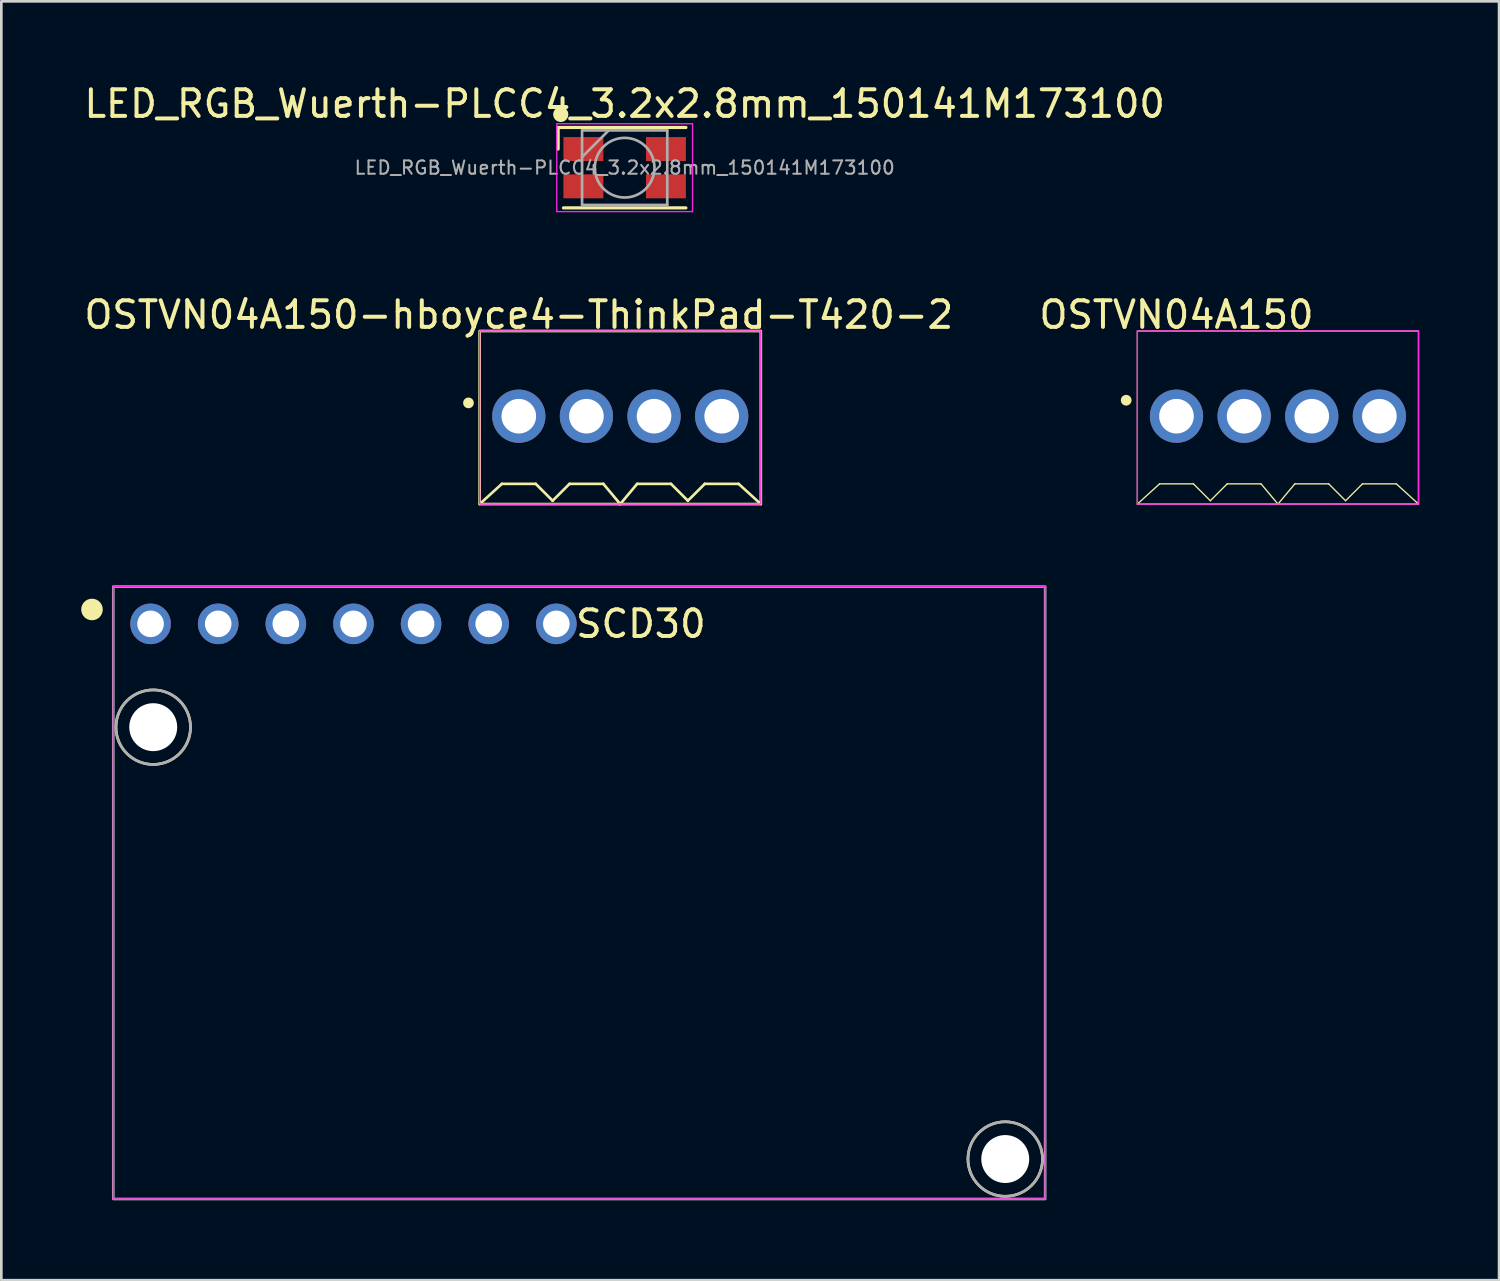
<source format=kicad_pcb>
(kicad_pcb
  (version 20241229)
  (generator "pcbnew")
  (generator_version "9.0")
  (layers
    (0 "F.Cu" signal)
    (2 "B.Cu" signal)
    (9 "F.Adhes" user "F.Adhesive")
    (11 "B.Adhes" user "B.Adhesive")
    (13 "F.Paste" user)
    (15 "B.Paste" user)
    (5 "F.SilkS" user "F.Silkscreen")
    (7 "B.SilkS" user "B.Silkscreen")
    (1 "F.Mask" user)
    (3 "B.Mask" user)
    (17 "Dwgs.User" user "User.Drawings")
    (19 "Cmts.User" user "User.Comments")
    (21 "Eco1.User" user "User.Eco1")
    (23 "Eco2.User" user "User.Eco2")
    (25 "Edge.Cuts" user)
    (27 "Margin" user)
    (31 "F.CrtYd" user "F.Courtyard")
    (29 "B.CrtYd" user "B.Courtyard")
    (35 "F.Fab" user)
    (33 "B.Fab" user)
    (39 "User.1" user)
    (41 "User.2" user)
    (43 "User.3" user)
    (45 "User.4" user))
  (footprint "SCD30"
    (layer "F.Cu")
    (at 2.605 20.381)
    (property "Reference" "SCD30" (at 18.415 0 0) (unlocked yes) (layer "F.SilkS") (effects (font (size 1 1) (thickness 0.15))))
    (attr through_hole)
    (fp_circle (center -2.2 -0.54) (end -1.92 -0.54) (stroke (width 0.25) (type solid)) (fill yes) (layer "F.SilkS"))
    (fp_circle (center 0.1 3.88) (end 1.5 3.88) (stroke (width 0.1) (type solid)) (fill no) (layer "F.SilkS"))
    (fp_circle (center 32.1 20.1) (end 33.5 20.1) (stroke (width 0.1) (type solid)) (fill no) (layer "F.SilkS"))
    (fp_rect (start -1.4 -1.4) (end 33.6 21.6) (stroke (width 0.05) (type solid)) (fill no) (layer "F.CrtYd"))
    (fp_rect (start -1.4 -1.4) (end 33.6 21.6) (stroke (width 0.1) (type solid)) (fill no) (layer "F.Fab"))
    (fp_circle (center 0.1 3.88) (end 1.5 3.88) (stroke (width 0.1) (type solid)) (fill no) (layer "F.Fab"))
    (fp_circle (center 32.1 20.1) (end 33.5 20.1) (stroke (width 0.1) (type solid)) (fill no) (layer "F.Fab"))
    (pad "" np_thru_hole circle (at 0.1 3.88) (size 1.8 1.8) (drill 1.8) (layers "*.Cu" "*.Mask"))
    (pad "" np_thru_hole circle (at 32.1 20.1) (size 1.8 1.8) (drill 1.8) (layers "*.Cu" "*.Mask"))
    (pad "1" thru_hole circle (at 0 0) (size 1.524 1.524) (drill 1) (layers "*.Cu" "*.Mask"))
    (pad "2" thru_hole circle (at 2.54 0) (size 1.524 1.524) (drill 1) (layers "*.Cu" "*.Mask"))
    (pad "3" thru_hole circle (at 5.08 0) (size 1.524 1.524) (drill 1) (layers "*.Cu" "*.Mask"))
    (pad "4" thru_hole circle (at 7.62 0) (size 1.524 1.524) (drill 1) (layers "*.Cu" "*.Mask"))
    (pad "5" thru_hole circle (at 10.16 0) (size 1.524 1.524) (drill 1) (layers "*.Cu" "*.Mask"))
    (pad "6" thru_hole circle (at 12.7 0) (size 1.524 1.524) (drill 1) (layers "*.Cu" "*.Mask"))
    (pad "7" thru_hole circle (at 15.24 0) (size 1.524 1.524) (drill 1) (layers "*.Cu" "*.Mask")))
  (footprint "LED_RGB_Wuerth-PLCC4_3.2x2.8mm_150141M173100"
    (layer "F.Cu")
    (at 20.411 3.248)
    (property "Reference" "LED_RGB_Wuerth-PLCC4_3.2x2.8mm_150141M173100" (at 0 -2.4 0) (layer "F.SilkS") (effects (font (size 1 1) (thickness 0.15))))
    (attr smd)
    (fp_line (start -2.5 -1.51) (end 2.3 -1.51) (stroke (width 0.12) (type solid)) (layer "F.SilkS"))
    (fp_line (start -2.5 -0.7) (end -2.5 -1.51) (stroke (width 0.12) (type solid)) (layer "F.SilkS"))
    (fp_line (start -2.3 1.51) (end 2.3 1.51) (stroke (width 0.12) (type solid)) (layer "F.SilkS"))
    (fp_circle (center -2.4 -2) (end -2.176 -2) (stroke (width 0.12) (type solid)) (fill yes) (layer "F.SilkS"))
    (fp_line (start -2.55 -1.65) (end -2.55 1.65) (stroke (width 0.05) (type solid)) (layer "F.CrtYd"))
    (fp_line (start -2.55 1.65) (end 2.55 1.65) (stroke (width 0.05) (type solid)) (layer "F.CrtYd"))
    (fp_line (start 2.55 -1.65) (end -2.55 -1.65) (stroke (width 0.05) (type solid)) (layer "F.CrtYd"))
    (fp_line (start 2.55 1.65) (end 2.55 -1.65) (stroke (width 0.05) (type solid)) (layer "F.CrtYd"))
    (fp_line (start -1.6 -1.4) (end -1.6 1.4) (stroke (width 0.1) (type solid)) (layer "F.Fab"))
    (fp_line (start -1.6 1.4) (end 1.6 1.4) (stroke (width 0.1) (type solid)) (layer "F.Fab"))
    (fp_line (start -0.6 -1.4) (end -1.6 -0.4) (stroke (width 0.1) (type solid)) (layer "F.Fab"))
    (fp_line (start 1.6 -1.4) (end -1.6 -1.4) (stroke (width 0.1) (type solid)) (layer "F.Fab"))
    (fp_line (start 1.6 1.4) (end 1.6 -1.4) (stroke (width 0.1) (type solid)) (layer "F.Fab"))
    (fp_circle (center 0 0) (end 1.12 0) (stroke (width 0.1) (type solid)) (fill no) (layer "F.Fab"))
    (fp_text user "${REFERENCE}" (at 0 0 0) (layer "F.Fab") (effects (font (size 0.5 0.5) (thickness 0.075))))
    (pad "1" smd rect (at 1.55 -0.7) (size 1.5 0.9) (layers "F.Cu" "F.Mask" "F.Paste"))
    (pad "2" smd rect (at 1.55 0.7) (size 1.5 0.9) (layers "F.Cu" "F.Mask" "F.Paste"))
    (pad "3" smd rect (at -1.55 -0.7) (size 1.5 0.9) (layers "F.Cu" "F.Mask" "F.Paste"))
    (pad "4" smd rect (at -1.55 0.7) (size 1.5 0.9) (layers "F.Cu" "F.Mask" "F.Paste")))
  (footprint "OSTVN04A150-hboyce4-ThinkPad-T420-2"
    (layer "F.Cu")
    (at 20.245 12.582)
    (property "Reference" "OSTVN04A150-hboyce4-ThinkPad-T420-2" (at -3.81 -3.81 0) (unlocked yes) (layer "F.SilkS") (effects (font (size 1 1) (thickness 0.15))))
    (attr through_hole)
    (fp_line (start -5.28 3.3) (end -4.445 2.54) (stroke (width 0.1) (type solid)) (layer "F.SilkS"))
    (fp_line (start -4.445 2.54) (end -3.175 2.54) (stroke (width 0.1) (type solid)) (layer "F.SilkS"))
    (fp_line (start -3.175 2.54) (end -2.54 3.175) (stroke (width 0.1) (type solid)) (layer "F.SilkS"))
    (fp_line (start -2.54 3.175) (end -1.905 2.54) (stroke (width 0.1) (type solid)) (layer "F.SilkS"))
    (fp_line (start -1.905 2.54) (end -0.635 2.54) (stroke (width 0.1) (type solid)) (layer "F.SilkS"))
    (fp_line (start -0.635 2.54) (end 0 3.3) (stroke (width 0.1) (type solid)) (layer "F.SilkS"))
    (fp_line (start 0 3.3) (end 0.635 2.54) (stroke (width 0.1) (type solid)) (layer "F.SilkS"))
    (fp_line (start 0.635 2.54) (end 1.905 2.54) (stroke (width 0.1) (type solid)) (layer "F.SilkS"))
    (fp_line (start 1.905 2.54) (end 2.54 3.175) (stroke (width 0.1) (type solid)) (layer "F.SilkS"))
    (fp_line (start 2.54 3.175) (end 3.175 2.54) (stroke (width 0.1) (type solid)) (layer "F.SilkS"))
    (fp_line (start 3.175 2.54) (end 4.445 2.54) (stroke (width 0.1) (type solid)) (layer "F.SilkS"))
    (fp_line (start 4.445 2.54) (end 5.28 3.3) (stroke (width 0.1) (type solid)) (layer "F.SilkS"))
    (fp_rect (start -5.28 -3.2) (end 5.28 3.3) (stroke (width 0.1) (type solid)) (fill no) (layer "F.SilkS"))
    (fp_circle (center -5.7 -0.5) (end -5.559 -0.5) (stroke (width 0.12) (type solid)) (fill yes) (layer "F.SilkS"))
    (fp_rect (start -5.28 -3.2) (end 5.28 3.3) (stroke (width 0.05) (type solid)) (fill no) (layer "F.CrtYd"))
    (pad "1" thru_hole circle (at -3.81 0) (size 2 2) (drill 1.3) (layers "*.Cu" "*.Mask"))
    (pad "2" thru_hole circle (at -1.27 0) (size 2 2) (drill 1.3) (layers "*.Cu" "*.Mask"))
    (pad "3" thru_hole circle (at 1.27 0) (size 2 2) (drill 1.3) (layers "*.Cu" "*.Mask"))
    (pad "4" thru_hole circle (at 3.81 0) (size 2 2) (drill 1.3) (layers "*.Cu" "*.Mask")))
  (footprint "OSTVN04A150"
    (layer "F.Cu")
    (at 44.947 12.582)
    (property "Reference" "OSTVN04A150" (at -3.81 -3.81 0) (unlocked yes) (layer "F.SilkS") (effects (font (size 1 1) (thickness 0.15))))
    (attr through_hole)
    (fp_line (start -5.28 3.3) (end -4.445 2.54) (stroke (width 0.05) (type solid)) (layer "F.SilkS"))
    (fp_line (start -4.445 2.54) (end -3.175 2.54) (stroke (width 0.05) (type solid)) (layer "F.SilkS"))
    (fp_line (start -3.175 2.54) (end -2.54 3.175) (stroke (width 0.05) (type solid)) (layer "F.SilkS"))
    (fp_line (start -2.54 3.175) (end -1.905 2.54) (stroke (width 0.05) (type solid)) (layer "F.SilkS"))
    (fp_line (start -1.905 2.54) (end -0.635 2.54) (stroke (width 0.05) (type solid)) (layer "F.SilkS"))
    (fp_line (start -0.635 2.54) (end 0 3.3) (stroke (width 0.05) (type solid)) (layer "F.SilkS"))
    (fp_line (start 0 3.3) (end 0.635 2.54) (stroke (width 0.05) (type solid)) (layer "F.SilkS"))
    (fp_line (start 0.635 2.54) (end 1.905 2.54) (stroke (width 0.05) (type solid)) (layer "F.SilkS"))
    (fp_line (start 1.905 2.54) (end 2.54 3.175) (stroke (width 0.05) (type solid)) (layer "F.SilkS"))
    (fp_line (start 2.54 3.175) (end 3.175 2.54) (stroke (width 0.05) (type solid)) (layer "F.SilkS"))
    (fp_line (start 3.175 2.54) (end 4.445 2.54) (stroke (width 0.05) (type solid)) (layer "F.SilkS"))
    (fp_line (start 4.445 2.54) (end 5.28 3.3) (stroke (width 0.05) (type solid)) (layer "F.SilkS"))
    (fp_rect (start -5.28 -3.2) (end 5.28 3.3) (stroke (width 0.05) (type solid)) (fill no) (layer "F.SilkS"))
    (fp_circle (center -5.7 -0.6) (end -5.559 -0.6) (stroke (width 0.12) (type solid)) (fill yes) (layer "F.SilkS"))
    (fp_rect (start -5.28 -3.2) (end 5.28 3.3) (stroke (width 0.05) (type solid)) (fill no) (layer "F.CrtYd"))
    (pad "1" thru_hole circle (at -3.81 0) (size 2 2) (drill 1.3) (layers "*.Cu" "*.Mask"))
    (pad "2" thru_hole circle (at -1.27 0) (size 2 2) (drill 1.3) (layers "*.Cu" "*.Mask"))
    (pad "3" thru_hole circle (at 1.27 0) (size 2 2) (drill 1.3) (layers "*.Cu" "*.Mask"))
    (pad "4" thru_hole circle (at 3.81 0) (size 2 2) (drill 1.3) (layers "*.Cu" "*.Mask")))
  (gr_rect
    (start -3 -3)
    (end 53.252 45.032)
    (stroke (width 0.1) (type default))
    (fill no)
    (layer "Edge.Cuts")))
</source>
